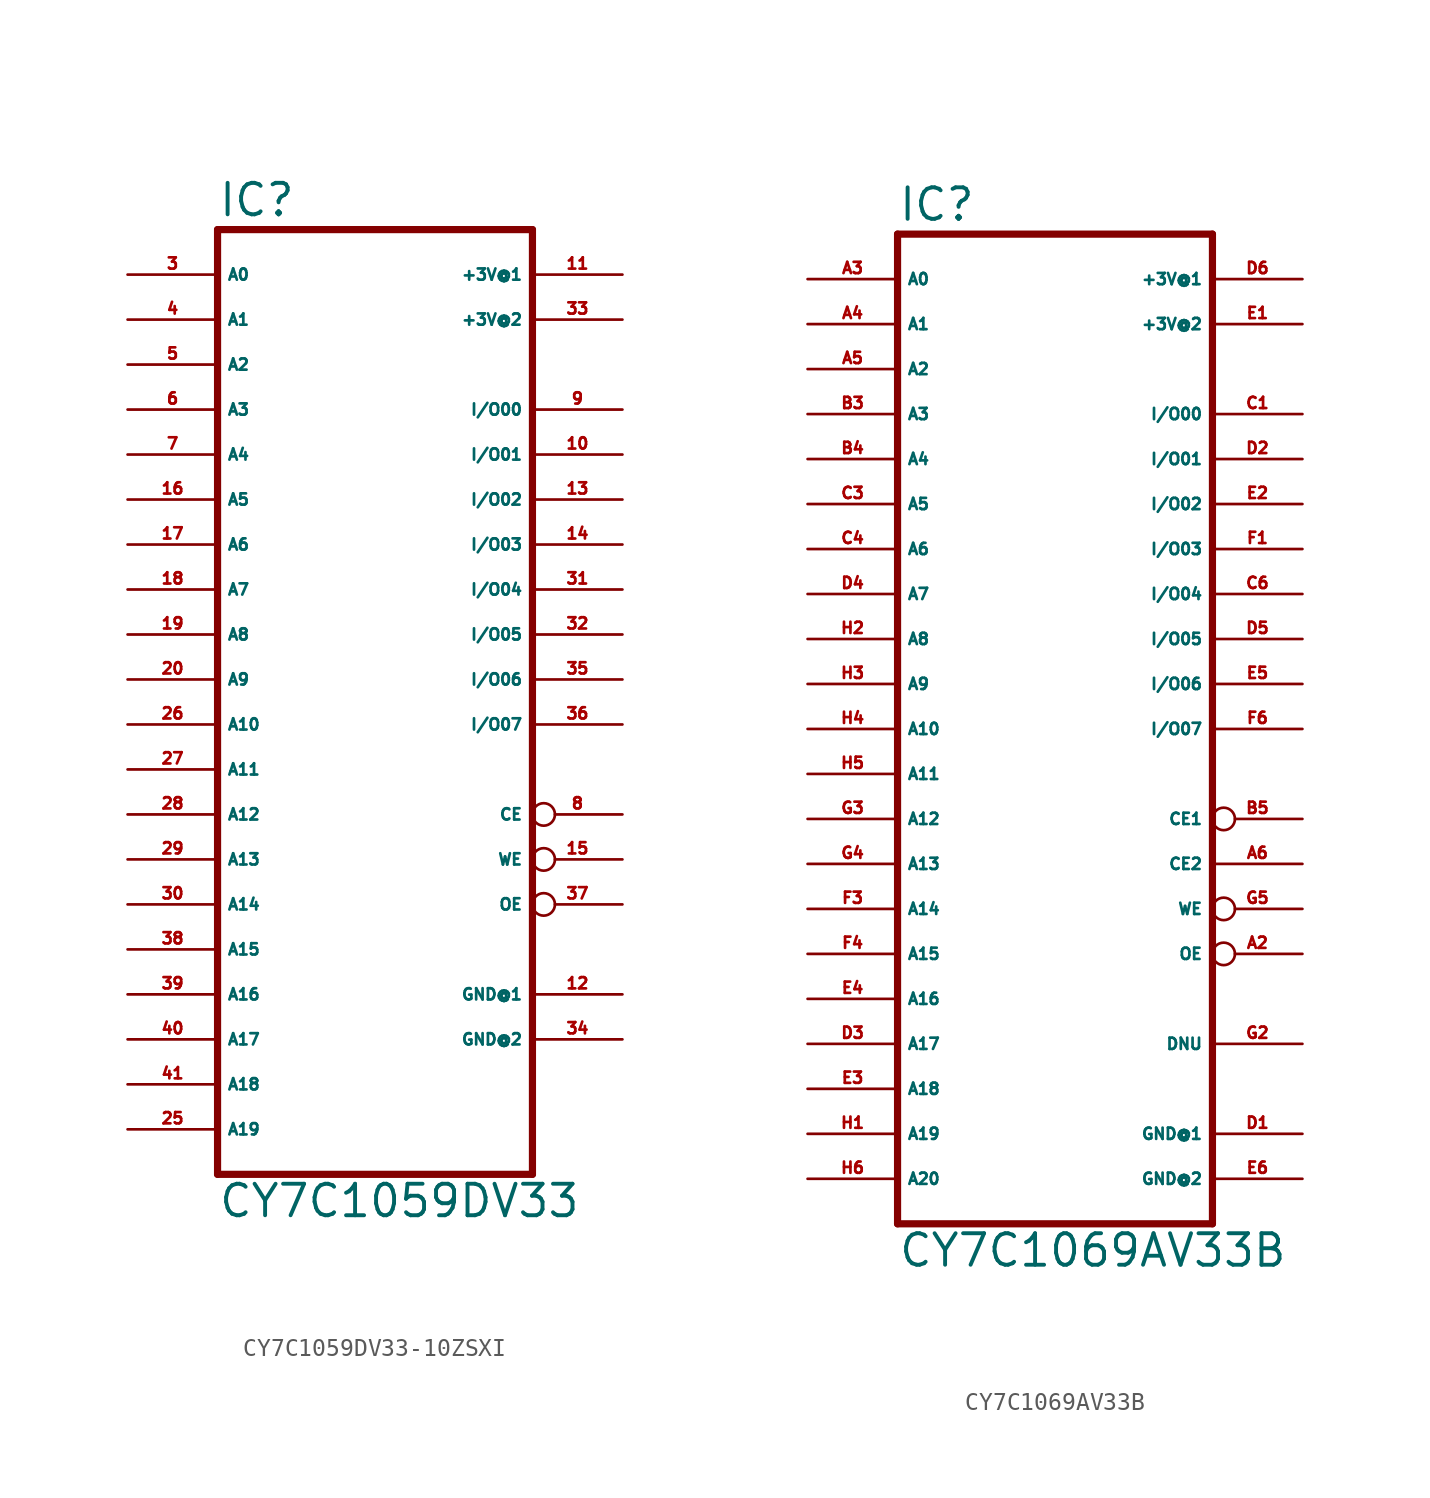
<source format=kicad_sym>
(kicad_symbol_lib
  (version 20220914)
  (generator Eagle2Kicad)
  (symbol "CY7C1059DV33-10ZSXI"
    (property "Reference" "IC"
      (at -7.62 26.035 0)
      (effects (font (size 1.778 1.778) (thickness 0.22)) (justify left bottom)))
    (property "Value" "CY7C1059DV33"
      (at -7.62 -30.48 0)
      (effects (font (size 1.778 1.778) (thickness 0.22)) (justify left bottom)))
    (polyline
      (pts (xy -7.62 25.4) (xy -7.62 -27.94))
      (stroke (width 0.406) (type default))
      (fill (type none)))
    (polyline
      (pts (xy 10.16 -27.94) (xy -7.62 -27.94))
      (stroke (width 0.406) (type default))
      (fill (type none)))
    (polyline
      (pts (xy 10.16 -27.94) (xy 10.16 25.4))
      (stroke (width 0.406) (type default))
      (fill (type none)))
    (polyline
      (pts (xy -7.62 25.4) (xy 10.16 25.4))
      (stroke (width 0.406) (type default))
      (fill (type none)))
    (pin input line
      (at -12.7 22.86 0)
      (length 5.08)
      (name "A0" (effects (font (size 0.635 0.635) (thickness 0.08)) (justify left bottom)))
      (number "3" (effects (font (size 0.635 0.635) (thickness 0.08)) (justify left bottom))))
    (pin input line
      (at -12.7 20.32 0)
      (length 5.08)
      (name "A1" (effects (font (size 0.635 0.635) (thickness 0.08)) (justify left bottom)))
      (number "4" (effects (font (size 0.635 0.635) (thickness 0.08)) (justify left bottom))))
    (pin input line
      (at -12.7 17.78 0)
      (length 5.08)
      (name "A2" (effects (font (size 0.635 0.635) (thickness 0.08)) (justify left bottom)))
      (number "5" (effects (font (size 0.635 0.635) (thickness 0.08)) (justify left bottom))))
    (pin input line
      (at -12.7 15.24 0)
      (length 5.08)
      (name "A3" (effects (font (size 0.635 0.635) (thickness 0.08)) (justify left bottom)))
      (number "6" (effects (font (size 0.635 0.635) (thickness 0.08)) (justify left bottom))))
    (pin input line
      (at -12.7 12.7 0)
      (length 5.08)
      (name "A4" (effects (font (size 0.635 0.635) (thickness 0.08)) (justify left bottom)))
      (number "7" (effects (font (size 0.635 0.635) (thickness 0.08)) (justify left bottom))))
    (pin input line
      (at -12.7 10.16 0)
      (length 5.08)
      (name "A5" (effects (font (size 0.635 0.635) (thickness 0.08)) (justify left bottom)))
      (number "16" (effects (font (size 0.635 0.635) (thickness 0.08)) (justify left bottom))))
    (pin input line
      (at -12.7 7.62 0)
      (length 5.08)
      (name "A6" (effects (font (size 0.635 0.635) (thickness 0.08)) (justify left bottom)))
      (number "17" (effects (font (size 0.635 0.635) (thickness 0.08)) (justify left bottom))))
    (pin input line
      (at -12.7 5.08 0)
      (length 5.08)
      (name "A7" (effects (font (size 0.635 0.635) (thickness 0.08)) (justify left bottom)))
      (number "18" (effects (font (size 0.635 0.635) (thickness 0.08)) (justify left bottom))))
    (pin input line
      (at -12.7 2.54 0)
      (length 5.08)
      (name "A8" (effects (font (size 0.635 0.635) (thickness 0.08)) (justify left bottom)))
      (number "19" (effects (font (size 0.635 0.635) (thickness 0.08)) (justify left bottom))))
    (pin bidirectional line
      (at 15.24 15.24 180)
      (length 5.08)
      (name "I/O00" (effects (font (size 0.635 0.635) (thickness 0.08)) (justify left bottom)))
      (number "9" (effects (font (size 0.635 0.635) (thickness 0.08)) (justify left bottom))))
    (pin bidirectional line
      (at 15.24 12.7 180)
      (length 5.08)
      (name "I/O01" (effects (font (size 0.635 0.635) (thickness 0.08)) (justify left bottom)))
      (number "10" (effects (font (size 0.635 0.635) (thickness 0.08)) (justify left bottom))))
    (pin bidirectional line
      (at 15.24 10.16 180)
      (length 5.08)
      (name "I/O02" (effects (font (size 0.635 0.635) (thickness 0.08)) (justify left bottom)))
      (number "13" (effects (font (size 0.635 0.635) (thickness 0.08)) (justify left bottom))))
    (pin bidirectional line
      (at 15.24 7.62 180)
      (length 5.08)
      (name "I/O03" (effects (font (size 0.635 0.635) (thickness 0.08)) (justify left bottom)))
      (number "14" (effects (font (size 0.635 0.635) (thickness 0.08)) (justify left bottom))))
    (pin bidirectional line
      (at 15.24 5.08 180)
      (length 5.08)
      (name "I/O04" (effects (font (size 0.635 0.635) (thickness 0.08)) (justify left bottom)))
      (number "31" (effects (font (size 0.635 0.635) (thickness 0.08)) (justify left bottom))))
    (pin bidirectional line
      (at 15.24 2.54 180)
      (length 5.08)
      (name "I/O05" (effects (font (size 0.635 0.635) (thickness 0.08)) (justify left bottom)))
      (number "32" (effects (font (size 0.635 0.635) (thickness 0.08)) (justify left bottom))))
    (pin bidirectional line
      (at 15.24 0 180)
      (length 5.08)
      (name "I/O06" (effects (font (size 0.635 0.635) (thickness 0.08)) (justify left bottom)))
      (number "35" (effects (font (size 0.635 0.635) (thickness 0.08)) (justify left bottom))))
    (pin bidirectional line
      (at 15.24 -2.54 180)
      (length 5.08)
      (name "I/O07" (effects (font (size 0.635 0.635) (thickness 0.08)) (justify left bottom)))
      (number "36" (effects (font (size 0.635 0.635) (thickness 0.08)) (justify left bottom))))
    (pin input line
      (at -12.7 0 0)
      (length 5.08)
      (name "A9" (effects (font (size 0.635 0.635) (thickness 0.08)) (justify left bottom)))
      (number "20" (effects (font (size 0.635 0.635) (thickness 0.08)) (justify left bottom))))
    (pin input line
      (at -12.7 -2.54 0)
      (length 5.08)
      (name "A10" (effects (font (size 0.635 0.635) (thickness 0.08)) (justify left bottom)))
      (number "26" (effects (font (size 0.635 0.635) (thickness 0.08)) (justify left bottom))))
    (pin input line
      (at -12.7 -5.08 0)
      (length 5.08)
      (name "A11" (effects (font (size 0.635 0.635) (thickness 0.08)) (justify left bottom)))
      (number "27" (effects (font (size 0.635 0.635) (thickness 0.08)) (justify left bottom))))
    (pin input line
      (at -12.7 -7.62 0)
      (length 5.08)
      (name "A12" (effects (font (size 0.635 0.635) (thickness 0.08)) (justify left bottom)))
      (number "28" (effects (font (size 0.635 0.635) (thickness 0.08)) (justify left bottom))))
    (pin input line
      (at -12.7 -10.16 0)
      (length 5.08)
      (name "A13" (effects (font (size 0.635 0.635) (thickness 0.08)) (justify left bottom)))
      (number "29" (effects (font (size 0.635 0.635) (thickness 0.08)) (justify left bottom))))
    (pin input line
      (at -12.7 -12.7 0)
      (length 5.08)
      (name "A14" (effects (font (size 0.635 0.635) (thickness 0.08)) (justify left bottom)))
      (number "30" (effects (font (size 0.635 0.635) (thickness 0.08)) (justify left bottom))))
    (pin input inverted
      (at 15.24 -10.16 180)
      (length 5.08)
      (name "WE" (effects (font (size 0.635 0.635) (thickness 0.08)) (justify left bottom)))
      (number "15" (effects (font (size 0.635 0.635) (thickness 0.08)) (justify left bottom))))
    (pin input inverted
      (at 15.24 -7.62 180)
      (length 5.08)
      (name "CE" (effects (font (size 0.635 0.635) (thickness 0.08)) (justify left bottom)))
      (number "8" (effects (font (size 0.635 0.635) (thickness 0.08)) (justify left bottom))))
    (pin input inverted
      (at 15.24 -12.7 180)
      (length 5.08)
      (name "OE" (effects (font (size 0.635 0.635) (thickness 0.08)) (justify left bottom)))
      (number "37" (effects (font (size 0.635 0.635) (thickness 0.08)) (justify left bottom))))
    (pin input line
      (at -12.7 -15.24 0)
      (length 5.08)
      (name "A15" (effects (font (size 0.635 0.635) (thickness 0.08)) (justify left bottom)))
      (number "38" (effects (font (size 0.635 0.635) (thickness 0.08)) (justify left bottom))))
    (pin input line
      (at -12.7 -17.78 0)
      (length 5.08)
      (name "A16" (effects (font (size 0.635 0.635) (thickness 0.08)) (justify left bottom)))
      (number "39" (effects (font (size 0.635 0.635) (thickness 0.08)) (justify left bottom))))
    (pin unspecified line
      (at 15.24 22.86 180)
      (length 5.08)
      (name "+3V@1" (effects (font (size 0.635 0.635) (thickness 0.08)) (justify left bottom)))
      (number "11" (effects (font (size 0.635 0.635) (thickness 0.08)) (justify left bottom))))
    (pin unspecified line
      (at 15.24 -17.78 180)
      (length 5.08)
      (name "GND@1" (effects (font (size 0.635 0.635) (thickness 0.08)) (justify left bottom)))
      (number "12" (effects (font (size 0.635 0.635) (thickness 0.08)) (justify left bottom))))
    (pin unspecified line
      (at 15.24 20.32 180)
      (length 5.08)
      (name "+3V@2" (effects (font (size 0.635 0.635) (thickness 0.08)) (justify left bottom)))
      (number "33" (effects (font (size 0.635 0.635) (thickness 0.08)) (justify left bottom))))
    (pin unspecified line
      (at 15.24 -20.32 180)
      (length 5.08)
      (name "GND@2" (effects (font (size 0.635 0.635) (thickness 0.08)) (justify left bottom)))
      (number "34" (effects (font (size 0.635 0.635) (thickness 0.08)) (justify left bottom))))
    (pin input line
      (at -12.7 -20.32 0)
      (length 5.08)
      (name "A17" (effects (font (size 0.635 0.635) (thickness 0.08)) (justify left bottom)))
      (number "40" (effects (font (size 0.635 0.635) (thickness 0.08)) (justify left bottom))))
    (pin input line
      (at -12.7 -22.86 0)
      (length 5.08)
      (name "A18" (effects (font (size 0.635 0.635) (thickness 0.08)) (justify left bottom)))
      (number "41" (effects (font (size 0.635 0.635) (thickness 0.08)) (justify left bottom))))
    (pin input line
      (at -12.7 -25.4 0)
      (length 5.08)
      (name "A19" (effects (font (size 0.635 0.635) (thickness 0.08)) (justify left bottom)))
      (number "25" (effects (font (size 0.635 0.635) (thickness 0.08)) (justify left bottom)))))
  (symbol "CY7C1069AV33B"
    (property "Reference" "IC"
      (at -7.62 33.655 0)
      (effects (font (size 1.778 1.778) (thickness 0.22)) (justify left bottom)))
    (property "Value" "CY7C1069AV33B"
      (at -7.62 -25.4 0)
      (effects (font (size 1.778 1.778) (thickness 0.22)) (justify left bottom)))
    (polyline
      (pts (xy -7.62 33.02) (xy -7.62 -22.86))
      (stroke (width 0.406) (type default))
      (fill (type none)))
    (polyline
      (pts (xy 10.16 -22.86) (xy -7.62 -22.86))
      (stroke (width 0.406) (type default))
      (fill (type none)))
    (polyline
      (pts (xy 10.16 -22.86) (xy 10.16 33.02))
      (stroke (width 0.406) (type default))
      (fill (type none)))
    (polyline
      (pts (xy -7.62 33.02) (xy 10.16 33.02))
      (stroke (width 0.406) (type default))
      (fill (type none)))
    (pin input line
      (at -12.7 30.48 0)
      (length 5.08)
      (name "A0" (effects (font (size 0.635 0.635) (thickness 0.08)) (justify left bottom)))
      (number "A3" (effects (font (size 0.635 0.635) (thickness 0.08)) (justify left bottom))))
    (pin input line
      (at -12.7 27.94 0)
      (length 5.08)
      (name "A1" (effects (font (size 0.635 0.635) (thickness 0.08)) (justify left bottom)))
      (number "A4" (effects (font (size 0.635 0.635) (thickness 0.08)) (justify left bottom))))
    (pin input line
      (at -12.7 25.4 0)
      (length 5.08)
      (name "A2" (effects (font (size 0.635 0.635) (thickness 0.08)) (justify left bottom)))
      (number "A5" (effects (font (size 0.635 0.635) (thickness 0.08)) (justify left bottom))))
    (pin input line
      (at -12.7 22.86 0)
      (length 5.08)
      (name "A3" (effects (font (size 0.635 0.635) (thickness 0.08)) (justify left bottom)))
      (number "B3" (effects (font (size 0.635 0.635) (thickness 0.08)) (justify left bottom))))
    (pin input line
      (at -12.7 20.32 0)
      (length 5.08)
      (name "A4" (effects (font (size 0.635 0.635) (thickness 0.08)) (justify left bottom)))
      (number "B4" (effects (font (size 0.635 0.635) (thickness 0.08)) (justify left bottom))))
    (pin input line
      (at -12.7 17.78 0)
      (length 5.08)
      (name "A5" (effects (font (size 0.635 0.635) (thickness 0.08)) (justify left bottom)))
      (number "C3" (effects (font (size 0.635 0.635) (thickness 0.08)) (justify left bottom))))
    (pin input line
      (at -12.7 15.24 0)
      (length 5.08)
      (name "A6" (effects (font (size 0.635 0.635) (thickness 0.08)) (justify left bottom)))
      (number "C4" (effects (font (size 0.635 0.635) (thickness 0.08)) (justify left bottom))))
    (pin input line
      (at -12.7 12.7 0)
      (length 5.08)
      (name "A7" (effects (font (size 0.635 0.635) (thickness 0.08)) (justify left bottom)))
      (number "D4" (effects (font (size 0.635 0.635) (thickness 0.08)) (justify left bottom))))
    (pin input line
      (at -12.7 10.16 0)
      (length 5.08)
      (name "A8" (effects (font (size 0.635 0.635) (thickness 0.08)) (justify left bottom)))
      (number "H2" (effects (font (size 0.635 0.635) (thickness 0.08)) (justify left bottom))))
    (pin bidirectional line
      (at 15.24 22.86 180)
      (length 5.08)
      (name "I/O00" (effects (font (size 0.635 0.635) (thickness 0.08)) (justify left bottom)))
      (number "C1" (effects (font (size 0.635 0.635) (thickness 0.08)) (justify left bottom))))
    (pin bidirectional line
      (at 15.24 20.32 180)
      (length 5.08)
      (name "I/O01" (effects (font (size 0.635 0.635) (thickness 0.08)) (justify left bottom)))
      (number "D2" (effects (font (size 0.635 0.635) (thickness 0.08)) (justify left bottom))))
    (pin bidirectional line
      (at 15.24 17.78 180)
      (length 5.08)
      (name "I/O02" (effects (font (size 0.635 0.635) (thickness 0.08)) (justify left bottom)))
      (number "E2" (effects (font (size 0.635 0.635) (thickness 0.08)) (justify left bottom))))
    (pin bidirectional line
      (at 15.24 15.24 180)
      (length 5.08)
      (name "I/O03" (effects (font (size 0.635 0.635) (thickness 0.08)) (justify left bottom)))
      (number "F1" (effects (font (size 0.635 0.635) (thickness 0.08)) (justify left bottom))))
    (pin bidirectional line
      (at 15.24 12.7 180)
      (length 5.08)
      (name "I/O04" (effects (font (size 0.635 0.635) (thickness 0.08)) (justify left bottom)))
      (number "C6" (effects (font (size 0.635 0.635) (thickness 0.08)) (justify left bottom))))
    (pin bidirectional line
      (at 15.24 10.16 180)
      (length 5.08)
      (name "I/O05" (effects (font (size 0.635 0.635) (thickness 0.08)) (justify left bottom)))
      (number "D5" (effects (font (size 0.635 0.635) (thickness 0.08)) (justify left bottom))))
    (pin bidirectional line
      (at 15.24 7.62 180)
      (length 5.08)
      (name "I/O06" (effects (font (size 0.635 0.635) (thickness 0.08)) (justify left bottom)))
      (number "E5" (effects (font (size 0.635 0.635) (thickness 0.08)) (justify left bottom))))
    (pin bidirectional line
      (at 15.24 5.08 180)
      (length 5.08)
      (name "I/O07" (effects (font (size 0.635 0.635) (thickness 0.08)) (justify left bottom)))
      (number "F6" (effects (font (size 0.635 0.635) (thickness 0.08)) (justify left bottom))))
    (pin input line
      (at -12.7 7.62 0)
      (length 5.08)
      (name "A9" (effects (font (size 0.635 0.635) (thickness 0.08)) (justify left bottom)))
      (number "H3" (effects (font (size 0.635 0.635) (thickness 0.08)) (justify left bottom))))
    (pin input line
      (at -12.7 5.08 0)
      (length 5.08)
      (name "A10" (effects (font (size 0.635 0.635) (thickness 0.08)) (justify left bottom)))
      (number "H4" (effects (font (size 0.635 0.635) (thickness 0.08)) (justify left bottom))))
    (pin input line
      (at -12.7 2.54 0)
      (length 5.08)
      (name "A11" (effects (font (size 0.635 0.635) (thickness 0.08)) (justify left bottom)))
      (number "H5" (effects (font (size 0.635 0.635) (thickness 0.08)) (justify left bottom))))
    (pin input line
      (at -12.7 0 0)
      (length 5.08)
      (name "A12" (effects (font (size 0.635 0.635) (thickness 0.08)) (justify left bottom)))
      (number "G3" (effects (font (size 0.635 0.635) (thickness 0.08)) (justify left bottom))))
    (pin input line
      (at -12.7 -2.54 0)
      (length 5.08)
      (name "A13" (effects (font (size 0.635 0.635) (thickness 0.08)) (justify left bottom)))
      (number "G4" (effects (font (size 0.635 0.635) (thickness 0.08)) (justify left bottom))))
    (pin input line
      (at -12.7 -5.08 0)
      (length 5.08)
      (name "A14" (effects (font (size 0.635 0.635) (thickness 0.08)) (justify left bottom)))
      (number "F3" (effects (font (size 0.635 0.635) (thickness 0.08)) (justify left bottom))))
    (pin input inverted
      (at 15.24 -5.08 180)
      (length 5.08)
      (name "WE" (effects (font (size 0.635 0.635) (thickness 0.08)) (justify left bottom)))
      (number "G5" (effects (font (size 0.635 0.635) (thickness 0.08)) (justify left bottom))))
    (pin input inverted
      (at 15.24 0 180)
      (length 5.08)
      (name "CE1" (effects (font (size 0.635 0.635) (thickness 0.08)) (justify left bottom)))
      (number "B5" (effects (font (size 0.635 0.635) (thickness 0.08)) (justify left bottom))))
    (pin input inverted
      (at 15.24 -7.62 180)
      (length 5.08)
      (name "OE" (effects (font (size 0.635 0.635) (thickness 0.08)) (justify left bottom)))
      (number "A2" (effects (font (size 0.635 0.635) (thickness 0.08)) (justify left bottom))))
    (pin input line
      (at -12.7 -7.62 0)
      (length 5.08)
      (name "A15" (effects (font (size 0.635 0.635) (thickness 0.08)) (justify left bottom)))
      (number "F4" (effects (font (size 0.635 0.635) (thickness 0.08)) (justify left bottom))))
    (pin input line
      (at -12.7 -10.16 0)
      (length 5.08)
      (name "A16" (effects (font (size 0.635 0.635) (thickness 0.08)) (justify left bottom)))
      (number "E4" (effects (font (size 0.635 0.635) (thickness 0.08)) (justify left bottom))))
    (pin unspecified line
      (at 15.24 30.48 180)
      (length 5.08)
      (name "+3V@1" (effects (font (size 0.635 0.635) (thickness 0.08)) (justify left bottom)))
      (number "D6" (effects (font (size 0.635 0.635) (thickness 0.08)) (justify left bottom))))
    (pin unspecified line
      (at 15.24 -17.78 180)
      (length 5.08)
      (name "GND@1" (effects (font (size 0.635 0.635) (thickness 0.08)) (justify left bottom)))
      (number "D1" (effects (font (size 0.635 0.635) (thickness 0.08)) (justify left bottom))))
    (pin unspecified line
      (at 15.24 27.94 180)
      (length 5.08)
      (name "+3V@2" (effects (font (size 0.635 0.635) (thickness 0.08)) (justify left bottom)))
      (number "E1" (effects (font (size 0.635 0.635) (thickness 0.08)) (justify left bottom))))
    (pin unspecified line
      (at 15.24 -20.32 180)
      (length 5.08)
      (name "GND@2" (effects (font (size 0.635 0.635) (thickness 0.08)) (justify left bottom)))
      (number "E6" (effects (font (size 0.635 0.635) (thickness 0.08)) (justify left bottom))))
    (pin input line
      (at -12.7 -12.7 0)
      (length 5.08)
      (name "A17" (effects (font (size 0.635 0.635) (thickness 0.08)) (justify left bottom)))
      (number "D3" (effects (font (size 0.635 0.635) (thickness 0.08)) (justify left bottom))))
    (pin input line
      (at -12.7 -15.24 0)
      (length 5.08)
      (name "A18" (effects (font (size 0.635 0.635) (thickness 0.08)) (justify left bottom)))
      (number "E3" (effects (font (size 0.635 0.635) (thickness 0.08)) (justify left bottom))))
    (pin input line
      (at -12.7 -17.78 0)
      (length 5.08)
      (name "A19" (effects (font (size 0.635 0.635) (thickness 0.08)) (justify left bottom)))
      (number "H1" (effects (font (size 0.635 0.635) (thickness 0.08)) (justify left bottom))))
    (pin input line
      (at -12.7 -20.32 0)
      (length 5.08)
      (name "A20" (effects (font (size 0.635 0.635) (thickness 0.08)) (justify left bottom)))
      (number "H6" (effects (font (size 0.635 0.635) (thickness 0.08)) (justify left bottom))))
    (pin input line
      (at 15.24 -2.54 180)
      (length 5.08)
      (name "CE2" (effects (font (size 0.635 0.635) (thickness 0.08)) (justify left bottom)))
      (number "A6" (effects (font (size 0.635 0.635) (thickness 0.08)) (justify left bottom))))
    (pin passive line
      (at 15.24 -12.7 180)
      (length 5.08)
      (name "DNU" (effects (font (size 0.635 0.635) (thickness 0.08)) (justify left bottom)))
      (number "G2" (effects (font (size 0.635 0.635) (thickness 0.08)) (justify left bottom))))))
</source>
